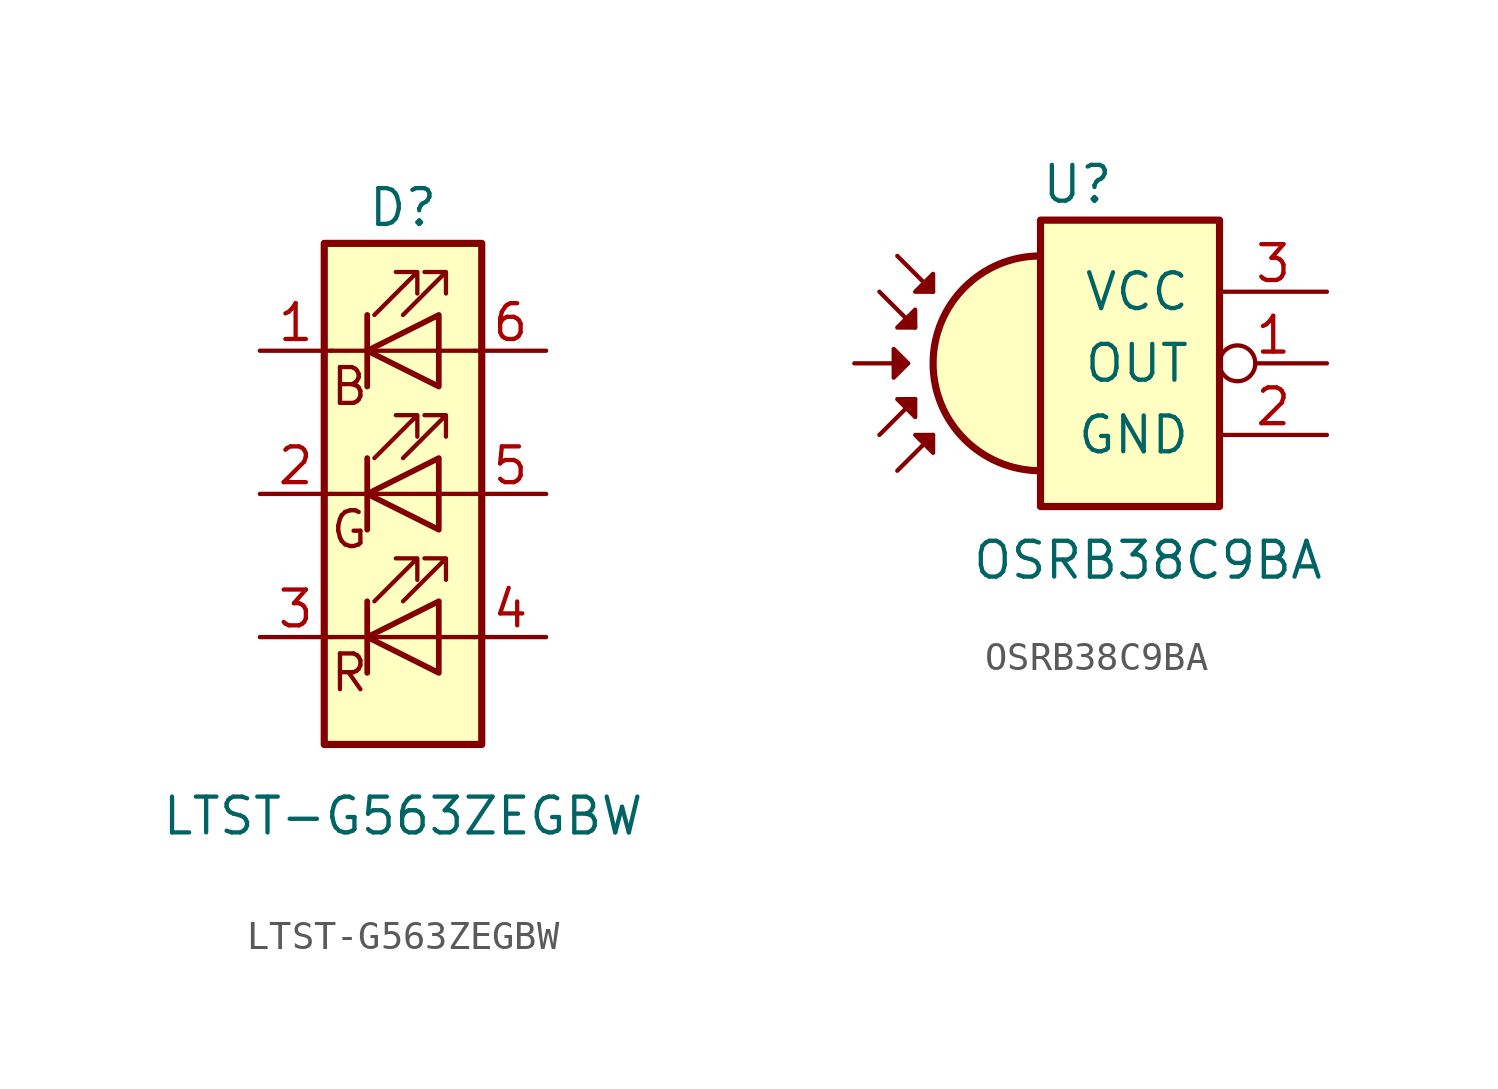
<source format=kicad_sym>
(kicad_symbol_lib
  (version 20201005)
  (generator kicad_symbol_editor)
  (symbol "KLIB_Opto:LTST-G563ZEGBW"
    (pin_names
      (offset 1.016) hide)
    (property "Reference" "D"
      (at 0 10.16 0)
      (effects (font (size 1.27 1.27))))
    (property "Value" "LTST-G563ZEGBW"
      (at 0 -11.43 0)
      (effects (font (size 1.27 1.27))))
    (symbol "LTST-G563ZEGBW_0_0"
      (text "B" (at -1.905 3.81 0) (effects (font (size 1.27 1.27))))
      (text "G" (at -1.905 -1.27 0) (effects (font (size 1.27 1.27))))
      (text "R" (at -1.905 -6.35 0) (effects (font (size 1.27 1.27)))))
    (symbol "LTST-G563ZEGBW_0_1"
      (rectangle (start 1.27 -1.27) (end 1.27 1.27) (stroke (width 0)) (fill (type none)))
      (rectangle (start 1.27 1.27) (end 1.27 1.27) (stroke (width 0)) (fill (type none)))
      (rectangle (start 1.27 3.81) (end 1.27 6.35) (stroke (width 0)) (fill (type none)))
      (rectangle (start 1.27 6.35) (end 1.27 6.35) (stroke (width 0)) (fill (type none)))
      (rectangle (start 2.794 8.89) (end -2.794 -8.89) (stroke (width 0.254)) (fill (type background)))
      (polyline (pts (xy -1.27 -5.08) (xy -2.54 -5.08)) (stroke (width 0)) (fill (type none)))
      (polyline (pts (xy -1.27 -5.08) (xy 1.27 -5.08)) (stroke (width 0)) (fill (type none)))
      (polyline (pts (xy -1.27 -3.81) (xy -1.27 -6.35)) (stroke (width 0)) (fill (type none)))
      (polyline (pts (xy -1.27 -3.81) (xy -1.27 -6.35)) (stroke (width 0.203)) (fill (type none)))
      (polyline (pts (xy -1.27 0) (xy -2.54 0)) (stroke (width 0)) (fill (type none)))
      (polyline (pts (xy -1.27 1.27) (xy -1.27 -1.27)) (stroke (width 0.203)) (fill (type none)))
      (polyline (pts (xy -1.27 5.08) (xy -2.54 5.08)) (stroke (width 0)) (fill (type none)))
      (polyline (pts (xy -1.27 5.08) (xy 1.27 5.08)) (stroke (width 0)) (fill (type none)))
      (polyline (pts (xy -1.27 6.35) (xy -1.27 3.81)) (stroke (width 0.203)) (fill (type none)))
      (polyline (pts (xy 1.27 -5.08) (xy 2.54 -5.08)) (stroke (width 0)) (fill (type none)))
      (polyline (pts (xy 1.27 0) (xy -1.27 0)) (stroke (width 0)) (fill (type none)))
      (polyline (pts (xy 1.27 0) (xy 2.54 0)) (stroke (width 0)) (fill (type none)))
      (polyline (pts (xy 1.27 5.08) (xy 2.54 5.08)) (stroke (width 0)) (fill (type none)))
      (polyline (pts (xy -1.27 1.27) (xy -1.27 -1.27) (xy -1.27 -1.27)) (stroke (width 0)) (fill (type none)))
      (polyline (pts (xy -1.27 6.35) (xy -1.27 3.81) (xy -1.27 3.81)) (stroke (width 0)) (fill (type none)))
      (polyline (pts (xy 1.27 -3.81) (xy 1.27 -6.35) (xy -1.27 -5.08) (xy 1.27 -3.81)) (stroke (width 0.203)) (fill (type none)))
      (polyline (pts (xy 1.27 1.27) (xy 1.27 -1.27) (xy -1.27 0) (xy 1.27 1.27)) (stroke (width 0.203)) (fill (type none)))
      (polyline (pts (xy 1.27 6.35) (xy 1.27 3.81) (xy -1.27 5.08) (xy 1.27 6.35)) (stroke (width 0.203)) (fill (type none)))
      (polyline (pts (xy -1.016 -3.81) (xy 0.508 -2.286) (xy -0.254 -2.286) (xy 0.508 -2.286) (xy 0.508 -3.048)) (stroke (width 0)) (fill (type none)))
      (polyline (pts (xy -1.016 1.27) (xy 0.508 2.794) (xy -0.254 2.794) (xy 0.508 2.794) (xy 0.508 2.032)) (stroke (width 0)) (fill (type none)))
      (polyline (pts (xy -1.016 6.35) (xy 0.508 7.874) (xy -0.254 7.874) (xy 0.508 7.874) (xy 0.508 7.112)) (stroke (width 0)) (fill (type none)))
      (polyline (pts (xy 0 -3.81) (xy 1.524 -2.286) (xy 0.762 -2.286) (xy 1.524 -2.286) (xy 1.524 -3.048)) (stroke (width 0)) (fill (type none)))
      (polyline (pts (xy 0 1.27) (xy 1.524 2.794) (xy 0.762 2.794) (xy 1.524 2.794) (xy 1.524 2.032)) (stroke (width 0)) (fill (type none)))
      (polyline (pts (xy 0 6.35) (xy 1.524 7.874) (xy 0.762 7.874) (xy 1.524 7.874) (xy 1.524 7.112)) (stroke (width 0)) (fill (type none))))
    (symbol "LTST-G563ZEGBW_1_1"
      (pin passive line (at -5.08 5.08 0) (length 2.54) (name "RK" (effects (font (size 1.27 1.27)))) (number "1" (effects (font (size 1.27 1.27)))))
      (pin passive line (at -5.08 0 0) (length 2.54) (name "GK" (effects (font (size 1.27 1.27)))) (number "2" (effects (font (size 1.27 1.27)))))
      (pin passive line (at -5.08 -5.08 0) (length 2.54) (name "BK" (effects (font (size 1.27 1.27)))) (number "3" (effects (font (size 1.27 1.27)))))
      (pin passive line (at 5.08 -5.08 180) (length 2.54) (name "BA" (effects (font (size 1.27 1.27)))) (number "4" (effects (font (size 1.27 1.27)))))
      (pin passive line (at 5.08 0 180) (length 2.54) (name "GA" (effects (font (size 1.27 1.27)))) (number "5" (effects (font (size 1.27 1.27)))))
      (pin passive line (at 5.08 5.08 180) (length 2.54) (name "RA" (effects (font (size 1.27 1.27)))) (number "6" (effects (font (size 1.27 1.27)))))))
  (symbol "KLIB_Opto:OSRB38C9BA"
    (pin_names
      (offset 1.016))
    (property "Reference" "U"
      (at -2.54 6.35 0)
      (effects (font (size 1.27 1.27)) (justify left)))
    (property "Value" "OSRB38C9BA"
      (at 1.27 -6.985 0)
      (effects (font (size 1.27 1.27))))
    (symbol "OSRB38C9BA_0_1"
      (arc (start -2.54 3.81) (end -2.54 -3.81) (radius (at -2.54 0) (length 3.81) (angles 90.1 -90.1)) (stroke (width 0.254)) (fill (type background)))
      (rectangle (start 3.81 -5.08) (end -2.54 5.08) (stroke (width 0.254)) (fill (type background)))
      (polyline (pts (xy -9.144 0) (xy -7.239 0)) (stroke (width 0)) (fill (type none)))
      (polyline (pts (xy -6.985 -1.27) (xy -8.255 -2.54)) (stroke (width 0)) (fill (type none)))
      (polyline (pts (xy -6.985 1.27) (xy -8.255 2.54)) (stroke (width 0)) (fill (type none)))
      (polyline (pts (xy -6.35 -2.54) (xy -7.62 -3.81)) (stroke (width 0)) (fill (type none)))
      (polyline (pts (xy -6.35 2.54) (xy -7.62 3.81)) (stroke (width 0)) (fill (type none)))
      (polyline (pts (xy -7.239 0) (xy -7.747 0.508) (xy -7.747 -0.508) (xy -7.239 0)) (stroke (width 0)) (fill (type outline)))
      (polyline (pts (xy -6.985 -1.27) (xy -7.62 -1.27) (xy -6.985 -1.905) (xy -6.985 -1.27)) (stroke (width 0)) (fill (type outline)))
      (polyline (pts (xy -6.985 1.27) (xy -6.985 1.905) (xy -7.62 1.27) (xy -6.985 1.27)) (stroke (width 0)) (fill (type outline)))
      (polyline (pts (xy -6.35 -2.54) (xy -6.985 -2.54) (xy -6.35 -3.175) (xy -6.35 -2.54)) (stroke (width 0)) (fill (type outline)))
      (polyline (pts (xy -6.35 2.54) (xy -6.35 3.175) (xy -6.985 2.54) (xy -6.35 2.54)) (stroke (width 0)) (fill (type outline))))
    (symbol "OSRB38C9BA_1_1"
      (pin open_collector inverted (at 7.62 0 180) (length 3.81) (name "OUT" (effects (font (size 1.27 1.27)))) (number "1" (effects (font (size 1.27 1.27)))))
      (pin power_in line (at 7.62 -2.54 180) (length 3.81) (name "GND" (effects (font (size 1.27 1.27)))) (number "2" (effects (font (size 1.27 1.27)))))
      (pin power_in line (at 7.62 2.54 180) (length 3.81) (name "VCC" (effects (font (size 1.27 1.27)))) (number "3" (effects (font (size 1.27 1.27))))))))
</source>
